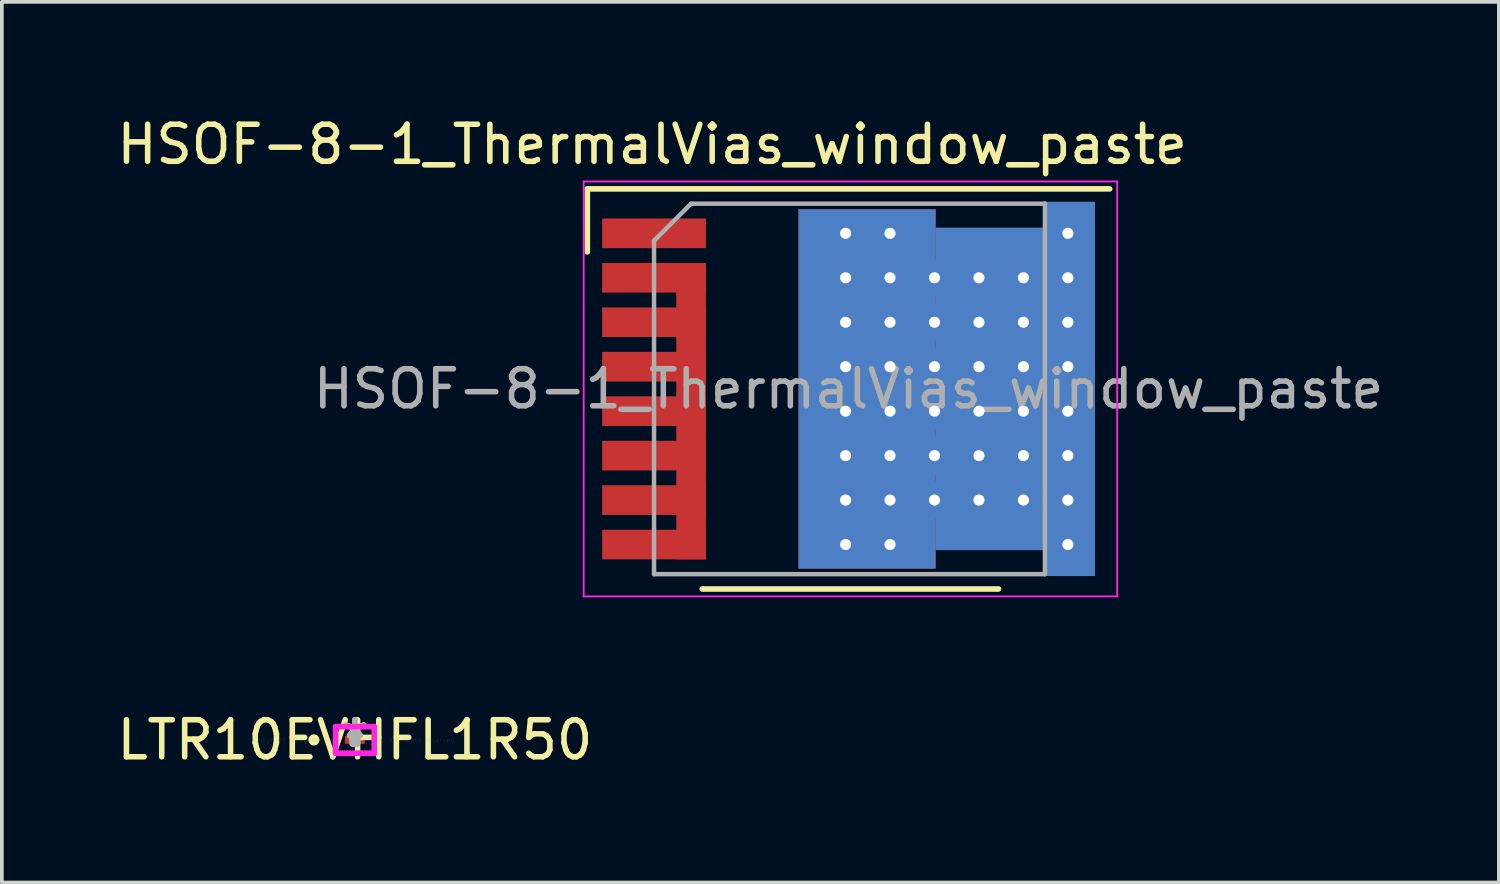
<source format=kicad_pcb>
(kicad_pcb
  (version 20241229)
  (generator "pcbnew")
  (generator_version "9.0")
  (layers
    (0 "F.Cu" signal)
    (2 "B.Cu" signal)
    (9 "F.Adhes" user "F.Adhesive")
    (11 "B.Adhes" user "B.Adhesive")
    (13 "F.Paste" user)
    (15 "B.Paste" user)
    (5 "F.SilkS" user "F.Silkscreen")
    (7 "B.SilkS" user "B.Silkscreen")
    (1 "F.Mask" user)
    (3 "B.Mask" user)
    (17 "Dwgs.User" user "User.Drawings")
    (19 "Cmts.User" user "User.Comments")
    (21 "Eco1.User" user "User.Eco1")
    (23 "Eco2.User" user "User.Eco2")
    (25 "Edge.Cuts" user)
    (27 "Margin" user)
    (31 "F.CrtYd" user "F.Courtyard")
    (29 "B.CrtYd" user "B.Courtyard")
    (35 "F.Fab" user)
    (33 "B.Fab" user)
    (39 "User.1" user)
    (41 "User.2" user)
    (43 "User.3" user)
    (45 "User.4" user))
  (footprint "HSOF-8-1_ThermalVias_window_paste"
    (layer "F.Cu")
    (at 14.554 0.348)
    (property "Reference" "HSOF-8-1_ThermalVias_window_paste" (at 0 0.5 0) (layer "F.SilkS") (effects (font (size 1 1) (thickness 0.15))))
    (attr through_hole)
    (fp_line (start -1.75 1.7) (end -1.75 3.4) (stroke (width 0.15) (type solid)) (layer "F.SilkS"))
    (fp_line (start 1.35 12.5) (end 9.35 12.5) (stroke (width 0.15) (type solid)) (layer "F.SilkS"))
    (fp_line (start 12.35 1.7) (end -1.75 1.7) (stroke (width 0.15) (type solid)) (layer "F.SilkS"))
    (fp_line (start -1.85 12.7) (end -1.85 1.5) (stroke (width 0.05) (type solid)) (layer "F.CrtYd"))
    (fp_line (start -1.85 12.7) (end 12.55 12.7) (stroke (width 0.05) (type solid)) (layer "F.CrtYd"))
    (fp_line (start 12.55 1.5) (end -1.85 1.5) (stroke (width 0.05) (type solid)) (layer "F.CrtYd"))
    (fp_line (start 12.55 1.5) (end 12.55 12.7) (stroke (width 0.05) (type solid)) (layer "F.CrtYd"))
    (fp_line (start 0.05 3.1) (end 0.05 3.1) (stroke (width 0.12) (type solid)) (layer "F.Fab"))
    (fp_line (start 0.05 12.1) (end 0.05 3.1) (stroke (width 0.12) (type solid)) (layer "F.Fab"))
    (fp_line (start 1.05 2.1) (end 0.05 3.1) (stroke (width 0.12) (type solid)) (layer "F.Fab"))
    (fp_line (start 1.05 2.1) (end 10.6 2.1) (stroke (width 0.12) (type solid)) (layer "F.Fab"))
    (fp_line (start 10.6 2.1) (end 10.6 12.1) (stroke (width 0.12) (type solid)) (layer "F.Fab"))
    (fp_line (start 10.6 12.1) (end 0.05 12.1) (stroke (width 0.12) (type solid)) (layer "F.Fab"))
    (fp_text user "${REFERENCE}" (at 5.3 7.1 0) (layer "F.Fab") (effects (font (size 1 1) (thickness 0.15))))
    (pad "1" smd rect (at 0.05 2.9 270) (size 0.8 2.8) (layers "F.Cu" "F.Mask" "F.Paste"))
    (pad "2" smd rect (at 0.05 4.1 270) (size 0.8 2.8) (layers "F.Cu" "F.Mask" "F.Paste"))
    (pad "2" smd rect (at 0.05 5.3 270) (size 0.8 2.8) (layers "F.Cu" "F.Mask" "F.Paste"))
    (pad "2" smd rect (at 0.05 6.5 270) (size 0.8 2.8) (layers "F.Cu" "F.Mask" "F.Paste"))
    (pad "2" smd rect (at 0.05 7.7 270) (size 0.8 2.8) (layers "F.Cu" "F.Mask" "F.Paste"))
    (pad "2" smd rect (at 0.05 8.9 270) (size 0.8 2.8) (layers "F.Cu" "F.Mask" "F.Paste"))
    (pad "2" smd rect (at 0.05 10.1 270) (size 0.8 2.8) (layers "F.Cu" "F.Mask" "F.Paste"))
    (pad "2" smd rect (at 0.05 11.3 270) (size 0.8 2.8) (layers "F.Cu" "F.Mask" "F.Paste"))
    (pad "2" smd rect (at 1.05 7.7 270) (size 8 0.8) (layers "F.Cu" "F.Mask"))
    (pad "3" smd rect (at 4.6 3.5 270) (size 0.8 0.8) (layers "F.Cu" "F.Paste"))
    (pad "3" smd rect (at 4.6 4.7 270) (size 0.8 0.8) (layers "F.Cu" "F.Paste"))
    (pad "3" smd rect (at 4.6 5.9 270) (size 0.8 0.8) (layers "F.Cu" "F.Paste"))
    (pad "3" smd rect (at 4.6 7.1 270) (size 0.8 0.8) (layers "F.Cu" "F.Paste"))
    (pad "3" smd rect (at 4.6 8.3 270) (size 0.8 0.8) (layers "F.Cu" "F.Paste"))
    (pad "3" smd rect (at 4.6 9.5 270) (size 0.8 0.8) (layers "F.Cu" "F.Paste"))
    (pad "3" smd rect (at 4.6 10.7 270) (size 0.8 0.8) (layers "F.Cu" "F.Paste"))
    (pad "3" thru_hole circle (at 5.22 2.9 270) (size 1 1) (drill 0.3) (layers "*.Cu"))
    (pad "3" thru_hole circle (at 5.22 4.1 270) (size 1 1) (drill 0.3) (layers "*.Cu"))
    (pad "3" thru_hole circle (at 5.22 5.3 270) (size 1 1) (drill 0.3) (layers "*.Cu"))
    (pad "3" thru_hole circle (at 5.22 6.5 270) (size 1 1) (drill 0.3) (layers "*.Cu"))
    (pad "3" thru_hole circle (at 5.22 7.7 270) (size 1 1) (drill 0.3) (layers "*.Cu"))
    (pad "3" thru_hole circle (at 5.22 8.9 270) (size 1 1) (drill 0.3) (layers "*.Cu"))
    (pad "3" thru_hole circle (at 5.22 10.1 270) (size 1 1) (drill 0.3) (layers "*.Cu"))
    (pad "3" thru_hole circle (at 5.22 11.3 270) (size 1 1) (drill 0.3) (layers "*.Cu"))
    (pad "3" smd rect (at 5.8 3.5 270) (size 0.8 0.8) (layers "F.Cu" "F.Paste"))
    (pad "3" smd rect (at 5.8 4.7 270) (size 0.8 0.8) (layers "F.Cu" "F.Paste"))
    (pad "3" smd rect (at 5.8 5.9 270) (size 0.8 0.8) (layers "F.Cu" "F.Paste"))
    (pad "3" smd rect (at 5.8 7.1 270) (size 0.8 0.8) (layers "F.Cu" "F.Paste"))
    (pad "3" smd rect (at 5.8 7.1 270) (size 9.7 3.7) (layers "F.Cu" "F.Mask"))
    (pad "3" smd rect (at 5.8 7.1 270) (size 9.7 3.7) (layers "B.Cu"))
    (pad "3" smd rect (at 5.8 8.3 270) (size 0.8 0.8) (layers "F.Cu" "F.Paste"))
    (pad "3" smd rect (at 5.8 9.5 270) (size 0.8 0.8) (layers "F.Cu" "F.Paste"))
    (pad "3" smd rect (at 5.8 10.7 270) (size 0.8 0.8) (layers "F.Cu" "F.Paste"))
    (pad "3" thru_hole circle (at 6.42 2.9 270) (size 1 1) (drill 0.3) (layers "*.Cu"))
    (pad "3" thru_hole circle (at 6.42 4.1 270) (size 1 1) (drill 0.3) (layers "*.Cu"))
    (pad "3" thru_hole circle (at 6.42 5.3 270) (size 1 1) (drill 0.3) (layers "*.Cu"))
    (pad "3" thru_hole circle (at 6.42 6.5 270) (size 1 1) (drill 0.3) (layers "*.Cu"))
    (pad "3" thru_hole circle (at 6.42 7.7 270) (size 1 1) (drill 0.3) (layers "*.Cu"))
    (pad "3" thru_hole circle (at 6.42 8.9 270) (size 1 1) (drill 0.3) (layers "*.Cu"))
    (pad "3" thru_hole circle (at 6.42 10.1 270) (size 1 1) (drill 0.3) (layers "*.Cu"))
    (pad "3" thru_hole circle (at 6.42 11.3 270) (size 1 1) (drill 0.3) (layers "*.Cu"))
    (pad "3" smd rect (at 7 3.5 270) (size 0.8 0.8) (layers "F.Cu" "F.Paste"))
    (pad "3" smd rect (at 7 4.7 270) (size 0.8 0.8) (layers "F.Cu" "F.Paste"))
    (pad "3" smd rect (at 7 5.9 270) (size 0.8 0.8) (layers "F.Cu" "F.Paste"))
    (pad "3" smd rect (at 7 7.1 270) (size 0.8 0.8) (layers "F.Cu" "F.Paste"))
    (pad "3" smd rect (at 7 8.3 270) (size 0.8 0.8) (layers "F.Cu" "F.Paste"))
    (pad "3" smd rect (at 7 9.5 270) (size 0.8 0.8) (layers "F.Cu" "F.Paste"))
    (pad "3" smd rect (at 7 10.7 270) (size 0.8 0.8) (layers "F.Cu" "F.Paste"))
    (pad "3" thru_hole circle (at 7.62 4.1 270) (size 1 1) (drill 0.3) (layers "*.Cu"))
    (pad "3" thru_hole circle (at 7.62 5.3 270) (size 1 1) (drill 0.3) (layers "*.Cu"))
    (pad "3" thru_hole circle (at 7.62 6.5 270) (size 1 1) (drill 0.3) (layers "*.Cu"))
    (pad "3" thru_hole circle (at 7.62 7.7 270) (size 1 1) (drill 0.3) (layers "*.Cu"))
    (pad "3" thru_hole circle (at 7.62 8.9 270) (size 1 1) (drill 0.3) (layers "*.Cu"))
    (pad "3" thru_hole circle (at 7.62 10.1 270) (size 1 1) (drill 0.3) (layers "*.Cu"))
    (pad "3" smd rect (at 8.2 3.5 270) (size 0.8 0.8) (layers "F.Cu" "F.Paste"))
    (pad "3" smd rect (at 8.2 4.7 270) (size 0.8 0.8) (layers "F.Cu" "F.Paste"))
    (pad "3" smd rect (at 8.2 5.9 270) (size 0.8 0.8) (layers "F.Cu" "F.Paste"))
    (pad "3" smd rect (at 8.2 7.1 270) (size 0.8 0.8) (layers "F.Cu" "F.Paste"))
    (pad "3" smd rect (at 8.2 8.3 270) (size 0.8 0.8) (layers "F.Cu" "F.Paste"))
    (pad "3" smd rect (at 8.2 9.5 270) (size 0.8 0.8) (layers "F.Cu" "F.Paste"))
    (pad "3" smd rect (at 8.2 10.7 270) (size 0.8 0.8) (layers "F.Cu" "F.Paste"))
    (pad "3" thru_hole circle (at 8.82 4.1 270) (size 1 1) (drill 0.3) (layers "*.Cu"))
    (pad "3" thru_hole circle (at 8.82 5.3 270) (size 1 1) (drill 0.3) (layers "*.Cu"))
    (pad "3" thru_hole circle (at 8.82 6.5 270) (size 1 1) (drill 0.3) (layers "*.Cu"))
    (pad "3" thru_hole circle (at 8.82 7.7 270) (size 1 1) (drill 0.3) (layers "*.Cu"))
    (pad "3" thru_hole circle (at 8.82 8.9 270) (size 1 1) (drill 0.3) (layers "*.Cu"))
    (pad "3" thru_hole circle (at 8.82 10.1 270) (size 1 1) (drill 0.3) (layers "*.Cu"))
    (pad "3" smd rect (at 9.1 7.1 270) (size 8.7 2.9) (layers "F.Cu" "F.Mask"))
    (pad "3" smd rect (at 9.1 7.1 270) (size 8.7 2.9) (layers "B.Cu"))
    (pad "3" smd rect (at 9.4 3.5 270) (size 0.8 0.8) (layers "F.Cu" "F.Paste"))
    (pad "3" smd rect (at 9.4 4.7 270) (size 0.8 0.8) (layers "F.Cu" "F.Paste"))
    (pad "3" smd rect (at 9.4 5.9 270) (size 0.8 0.8) (layers "F.Cu" "F.Paste"))
    (pad "3" smd rect (at 9.4 7.1 270) (size 0.8 0.8) (layers "F.Cu" "F.Paste"))
    (pad "3" smd rect (at 9.4 8.3 270) (size 0.8 0.8) (layers "F.Cu" "F.Paste"))
    (pad "3" smd rect (at 9.4 9.5 270) (size 0.8 0.8) (layers "F.Cu" "F.Paste"))
    (pad "3" smd rect (at 9.4 10.7 270) (size 0.8 0.8) (layers "F.Cu" "F.Paste"))
    (pad "3" thru_hole circle (at 10.02 4.1 270) (size 1 1) (drill 0.3) (layers "*.Cu"))
    (pad "3" thru_hole circle (at 10.02 5.3 270) (size 1 1) (drill 0.3) (layers "*.Cu"))
    (pad "3" thru_hole circle (at 10.02 6.5 270) (size 1 1) (drill 0.3) (layers "*.Cu"))
    (pad "3" thru_hole circle (at 10.02 7.7 270) (size 1 1) (drill 0.3) (layers "*.Cu"))
    (pad "3" thru_hole circle (at 10.02 8.9 270) (size 1 1) (drill 0.3) (layers "*.Cu"))
    (pad "3" thru_hole circle (at 10.02 10.1 270) (size 1 1) (drill 0.3) (layers "*.Cu"))
    (pad "3" smd rect (at 10.6 3.5 270) (size 0.8 0.8) (layers "F.Cu" "F.Paste"))
    (pad "3" smd rect (at 10.6 4.7 270) (size 0.8 0.8) (layers "F.Cu" "F.Paste"))
    (pad "3" smd rect (at 10.6 5.9 270) (size 0.8 0.8) (layers "F.Cu" "F.Paste"))
    (pad "3" smd rect (at 10.6 7.1 270) (size 0.8 0.8) (layers "F.Cu" "F.Paste"))
    (pad "3" smd rect (at 10.6 8.3 270) (size 0.8 0.8) (layers "F.Cu" "F.Paste"))
    (pad "3" smd rect (at 10.6 9.5 270) (size 0.8 0.8) (layers "F.Cu" "F.Paste"))
    (pad "3" smd rect (at 10.6 10.7 270) (size 0.8 0.8) (layers "F.Cu" "F.Paste"))
    (pad "3" thru_hole circle (at 11.22 2.9 270) (size 1 1) (drill 0.3) (layers "*.Cu"))
    (pad "3" thru_hole circle (at 11.22 4.1 270) (size 1 1) (drill 0.3) (layers "*.Cu"))
    (pad "3" thru_hole circle (at 11.22 5.3 270) (size 1 1) (drill 0.3) (layers "*.Cu"))
    (pad "3" thru_hole circle (at 11.22 6.5 270) (size 1 1) (drill 0.3) (layers "*.Cu"))
    (pad "3" thru_hole circle (at 11.22 7.7 270) (size 1 1) (drill 0.3) (layers "*.Cu"))
    (pad "3" thru_hole circle (at 11.22 8.9 270) (size 1 1) (drill 0.3) (layers "*.Cu"))
    (pad "3" thru_hole circle (at 11.22 10.1 270) (size 1 1) (drill 0.3) (layers "*.Cu"))
    (pad "3" thru_hole circle (at 11.22 11.3 270) (size 1 1) (drill 0.3) (layers "*.Cu"))
    (pad "3" smd rect (at 11.25 7.1 270) (size 10.1 1.4) (layers "F.Cu" "F.Mask"))
    (pad "3" smd rect (at 11.25 7.1 270) (size 10.1 1.4) (layers "B.Cu")))
  (footprint "LTR10EVHFL1R50"
    (layer "F.Cu")
    (at 6.53 16.922)
    (property "Reference" "LTR10EVHFL1R50" (at 0 0 0) (layer "F.SilkS") (effects (font (size 1 1) (thickness 0.15))))
    (attr through_hole)
    (fp_circle (center -1.106 0) (end -1.03 0) (stroke (width 0.152) (type solid)) (fill no) (layer "F.SilkS"))
    (fp_line (start -0.522 -0.359) (end 0.522 -0.359) (stroke (width 0.152) (type solid)) (layer "F.CrtYd"))
    (fp_line (start -0.522 0.359) (end -0.522 -0.359) (stroke (width 0.152) (type solid)) (layer "F.CrtYd"))
    (fp_line (start 0.522 -0.359) (end 0.522 0.359) (stroke (width 0.152) (type solid)) (layer "F.CrtYd"))
    (fp_line (start 0.522 0.359) (end -0.522 0.359) (stroke (width 0.152) (type solid)) (layer "F.CrtYd"))
    (fp_line (start -0.065 -0.105) (end -0.065 0.105) (stroke (width 0.152) (type solid)) (layer "F.Fab"))
    (fp_line (start -0.065 -0.105) (end -0.065 0.105) (stroke (width 0.152) (type solid)) (layer "F.Fab"))
    (fp_line (start -0.065 0.105) (end -0.01 0.105) (stroke (width 0.152) (type solid)) (layer "F.Fab"))
    (fp_line (start -0.065 0.105) (end 0.065 0.105) (stroke (width 0.152) (type solid)) (layer "F.Fab"))
    (fp_line (start -0.01 -0.105) (end -0.065 -0.105) (stroke (width 0.152) (type solid)) (layer "F.Fab"))
    (fp_line (start -0.01 0.105) (end -0.01 -0.105) (stroke (width 0.152) (type solid)) (layer "F.Fab"))
    (fp_line (start 0.01 -0.105) (end 0.01 0.105) (stroke (width 0.152) (type solid)) (layer "F.Fab"))
    (fp_line (start 0.01 0.105) (end 0.065 0.105) (stroke (width 0.152) (type solid)) (layer "F.Fab"))
    (fp_line (start 0.065 -0.105) (end -0.065 -0.105) (stroke (width 0.152) (type solid)) (layer "F.Fab"))
    (fp_line (start 0.065 -0.105) (end 0.01 -0.105) (stroke (width 0.152) (type solid)) (layer "F.Fab"))
    (fp_line (start 0.065 0.105) (end 0.065 -0.105) (stroke (width 0.152) (type solid)) (layer "F.Fab"))
    (fp_line (start 0.065 0.105) (end 0.065 -0.105) (stroke (width 0.152) (type solid)) (layer "F.Fab"))
    (fp_circle (center -0.012 0) (end 0.064 0) (stroke (width 0.152) (type solid)) (fill no) (layer "F.Fab"))
    (fp_text user "*" (at 0 0 0) (layer "F.SilkS") (effects (font (size 1 1) (thickness 0.15))))
    (fp_text user "Copyright 2016 Accelerated Designs. All rights reserved." (at 0 0 0) (layer "Cmts.User") (effects (font (size 0.127 0.127) (thickness 0.002))))
    (fp_text user "*" (at 0 0 0) (layer "F.Fab") (effects (font (size 1 1) (thickness 0.15))))
    (pad "1" smd rect (at -0.139 0) (size 0.258 0.21) (layers "F.Cu" "F.Mask" "F.Paste"))
    (pad "2" smd rect (at 0.139 0) (size 0.258 0.21) (layers "F.Cu" "F.Mask" "F.Paste")))
  (gr_rect
    (start -3 -3)
    (end 37.407 20.77)
    (stroke (width 0.1) (type default))
    (fill no)
    (layer "Edge.Cuts")))
</source>
